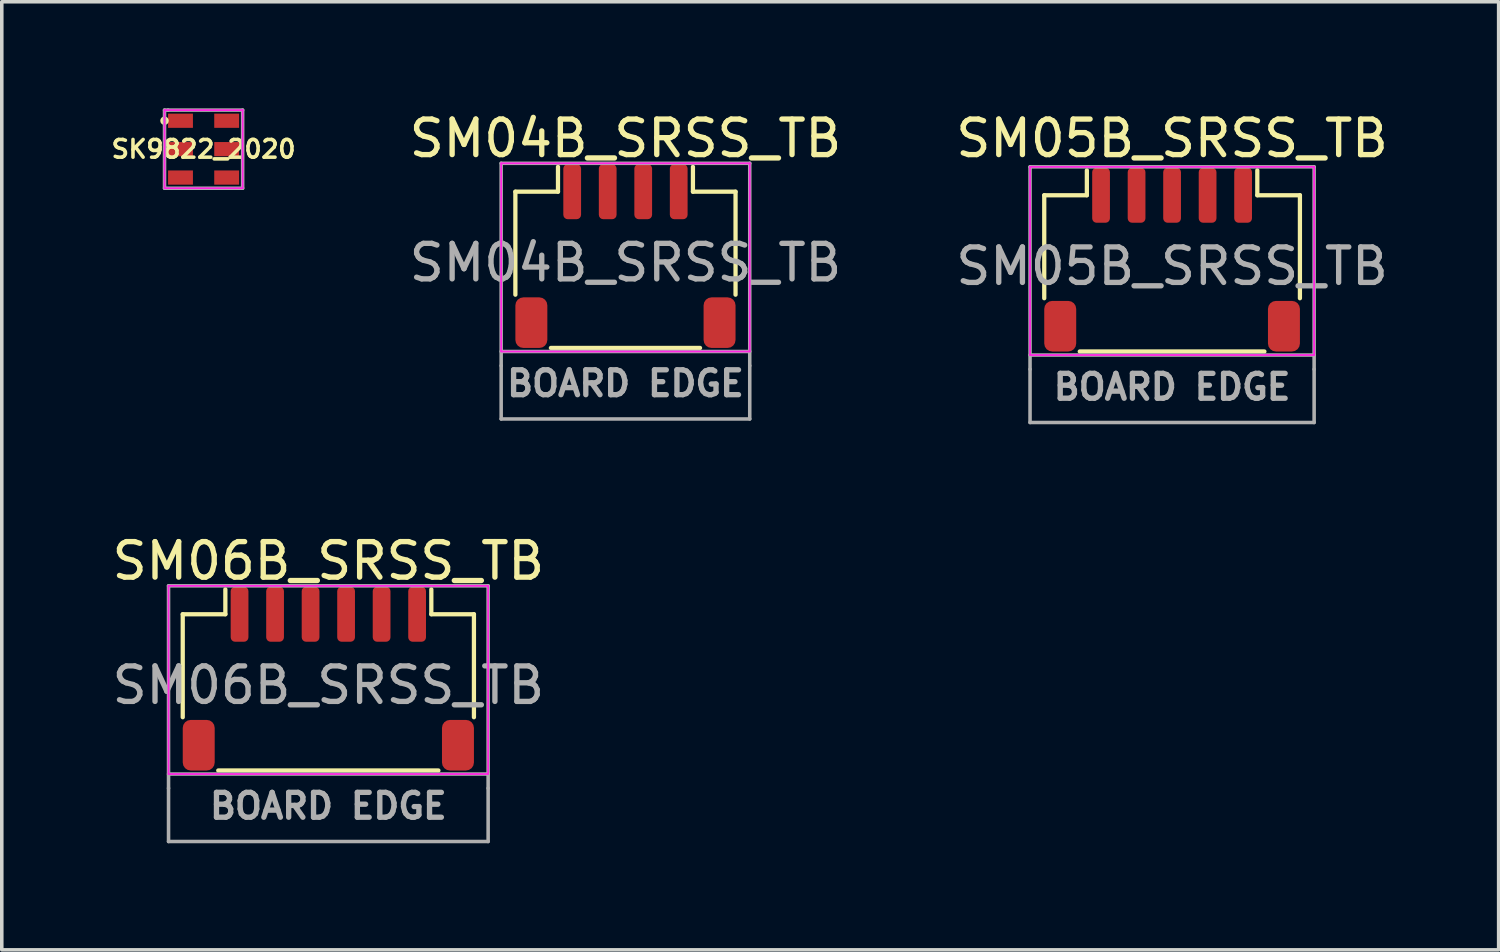
<source format=kicad_pcb>
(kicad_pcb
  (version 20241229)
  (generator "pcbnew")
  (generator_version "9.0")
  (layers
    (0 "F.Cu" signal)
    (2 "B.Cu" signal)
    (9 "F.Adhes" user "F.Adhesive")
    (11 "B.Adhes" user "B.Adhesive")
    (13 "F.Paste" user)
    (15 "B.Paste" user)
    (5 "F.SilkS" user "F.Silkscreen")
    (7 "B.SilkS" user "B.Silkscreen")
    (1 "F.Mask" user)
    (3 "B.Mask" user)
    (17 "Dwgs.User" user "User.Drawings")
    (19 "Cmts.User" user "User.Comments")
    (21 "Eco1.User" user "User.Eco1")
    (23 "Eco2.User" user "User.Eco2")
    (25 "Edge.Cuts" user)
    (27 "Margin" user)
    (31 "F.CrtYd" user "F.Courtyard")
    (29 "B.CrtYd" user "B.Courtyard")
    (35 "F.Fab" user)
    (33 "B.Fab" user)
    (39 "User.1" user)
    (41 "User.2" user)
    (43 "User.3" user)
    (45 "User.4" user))
  (footprint "SM05B_SRSS_TB"
    (layer "F.Cu")
    (at 29.956 4.448)
    (property "Reference" "SM05B_SRSS_TB" (at 0 -3.6 0) (unlocked yes) (layer "F.SilkS") (effects (font (size 1 1) (thickness 0.15))))
    (attr smd)
    (fp_line (start -3.6 -2) (end -3.6 0.9) (stroke (width 0.12) (type solid)) (layer "F.SilkS"))
    (fp_line (start -2.6 2.4) (end 2.6 2.4) (stroke (width 0.12) (type solid)) (layer "F.SilkS"))
    (fp_line (start -2.4 -2.7) (end -2.4 -2) (stroke (width 0.12) (type solid)) (layer "F.SilkS"))
    (fp_line (start -2.4 -2) (end -3.6 -2) (stroke (width 0.12) (type solid)) (layer "F.SilkS"))
    (fp_line (start 2.4 -2) (end 2.4 -2.7) (stroke (width 0.12) (type solid)) (layer "F.SilkS"))
    (fp_line (start 3.6 -2) (end 2.4 -2) (stroke (width 0.12) (type solid)) (layer "F.SilkS"))
    (fp_line (start 3.6 0.9) (end 3.6 -2) (stroke (width 0.12) (type solid)) (layer "F.SilkS"))
    (fp_line (start -4 -2.8) (end -4 2.5) (stroke (width 0.05) (type solid)) (layer "F.CrtYd"))
    (fp_line (start -4 2.5) (end 4 2.5) (stroke (width 0.05) (type solid)) (layer "F.CrtYd"))
    (fp_line (start 4 -2.8) (end -4 -2.8) (stroke (width 0.05) (type solid)) (layer "F.CrtYd"))
    (fp_line (start 4 2.5) (end 4 -2.8) (stroke (width 0.05) (type solid)) (layer "F.CrtYd"))
    (fp_line (start -4 -2.8) (end -4 2.9) (stroke (width 0.1) (type solid)) (layer "F.Fab"))
    (fp_line (start -4 2.5) (end 4 2.5) (stroke (width 0.1) (type solid)) (layer "F.Fab"))
    (fp_line (start -4 2.9) (end -4 4.4) (stroke (width 0.1) (type solid)) (layer "F.Fab"))
    (fp_line (start -4 4.4) (end 4 4.4) (stroke (width 0.1) (type solid)) (layer "F.Fab"))
    (fp_line (start 4 -2.8) (end -4 -2.8) (stroke (width 0.1) (type solid)) (layer "F.Fab"))
    (fp_line (start 4 2.9) (end 4 -2.8) (stroke (width 0.1) (type solid)) (layer "F.Fab"))
    (fp_line (start 4 4.4) (end 4 2.9) (stroke (width 0.1) (type solid)) (layer "F.Fab"))
    (fp_text user "BOARD EDGE" (at 0 3.4 0) (unlocked yes) (layer "F.Fab") (effects (font (size 0.7 0.7) (thickness 0.15))))
    (fp_text user "${REFERENCE}" (at 0 0 0) (unlocked yes) (layer "F.Fab") (effects (font (size 1 1) (thickness 0.15))))
    (pad "1" smd roundrect (at -2 -2) (size 0.5 1.55) (layers "F.Cu" "F.Mask" "F.Paste") (roundrect_rratio 0.25))
    (pad "2" smd roundrect (at -1 -2) (size 0.5 1.55) (layers "F.Cu" "F.Mask" "F.Paste") (roundrect_rratio 0.25))
    (pad "3" smd roundrect (at 0 -2) (size 0.5 1.55) (layers "F.Cu" "F.Mask" "F.Paste") (roundrect_rratio 0.25))
    (pad "4" smd roundrect (at 1 -2) (size 0.5 1.55) (layers "F.Cu" "F.Mask" "F.Paste") (roundrect_rratio 0.25))
    (pad "5" smd roundrect (at 2 -2) (size 0.5 1.55) (layers "F.Cu" "F.Mask" "F.Paste") (roundrect_rratio 0.25))
    (pad "X" smd roundrect (at -3.15 1.688) (size 0.9 1.425) (layers "F.Cu" "F.Mask" "F.Paste") (roundrect_rratio 0.25))
    (pad "X" smd roundrect (at 3.15 1.688) (size 0.9 1.425) (layers "F.Cu" "F.Mask" "F.Paste") (roundrect_rratio 0.25)))
  (footprint "SM04B_SRSS_TB"
    (layer "F.Cu")
    (at 14.563 4.348)
    (property "Reference" "SM04B_SRSS_TB" (at 0 -3.5 0) (unlocked yes) (layer "F.SilkS") (effects (font (size 1 1) (thickness 0.15))))
    (attr smd)
    (fp_line (start -3.1 -2) (end -3.1 0.9) (stroke (width 0.12) (type solid)) (layer "F.SilkS"))
    (fp_line (start -2.1 2.4) (end 2.1 2.4) (stroke (width 0.12) (type solid)) (layer "F.SilkS"))
    (fp_line (start -1.9 -2.7) (end -1.9 -2) (stroke (width 0.12) (type solid)) (layer "F.SilkS"))
    (fp_line (start -1.9 -2) (end -3.1 -2) (stroke (width 0.12) (type solid)) (layer "F.SilkS"))
    (fp_line (start 1.9 -2) (end 1.9 -2.7) (stroke (width 0.12) (type solid)) (layer "F.SilkS"))
    (fp_line (start 3.1 -2) (end 1.9 -2) (stroke (width 0.12) (type solid)) (layer "F.SilkS"))
    (fp_line (start 3.1 0.9) (end 3.1 -2) (stroke (width 0.12) (type solid)) (layer "F.SilkS"))
    (fp_line (start -3.5 -2.8) (end -3.5 2.5) (stroke (width 0.05) (type solid)) (layer "F.CrtYd"))
    (fp_line (start -3.5 2.5) (end 3.5 2.5) (stroke (width 0.05) (type solid)) (layer "F.CrtYd"))
    (fp_line (start 3.5 -2.8) (end -3.5 -2.8) (stroke (width 0.05) (type solid)) (layer "F.CrtYd"))
    (fp_line (start 3.5 2.5) (end 3.5 -2.8) (stroke (width 0.05) (type solid)) (layer "F.CrtYd"))
    (fp_line (start -3.5 -2.8) (end -3.5 2.9) (stroke (width 0.1) (type solid)) (layer "F.Fab"))
    (fp_line (start -3.5 2.5) (end 3.5 2.5) (stroke (width 0.1) (type solid)) (layer "F.Fab"))
    (fp_line (start -3.5 2.9) (end -3.5 4.4) (stroke (width 0.1) (type solid)) (layer "F.Fab"))
    (fp_line (start -3.5 4.4) (end 3.5 4.4) (stroke (width 0.1) (type solid)) (layer "F.Fab"))
    (fp_line (start 3.5 -2.8) (end -3.5 -2.8) (stroke (width 0.1) (type solid)) (layer "F.Fab"))
    (fp_line (start 3.5 2.9) (end 3.5 -2.8) (stroke (width 0.1) (type solid)) (layer "F.Fab"))
    (fp_line (start 3.5 4.4) (end 3.5 2.9) (stroke (width 0.1) (type solid)) (layer "F.Fab"))
    (fp_text user "${REFERENCE}" (at 0 0 0) (unlocked yes) (layer "F.Fab") (effects (font (size 1 1) (thickness 0.15))))
    (fp_text user "BOARD EDGE" (at 0 3.4 0) (unlocked yes) (layer "F.Fab") (effects (font (size 0.7 0.7) (thickness 0.15))))
    (pad "1" smd roundrect (at -1.5 -2) (size 0.5 1.55) (layers "F.Cu" "F.Mask" "F.Paste") (roundrect_rratio 0.25))
    (pad "2" smd roundrect (at -0.5 -2) (size 0.5 1.55) (layers "F.Cu" "F.Mask" "F.Paste") (roundrect_rratio 0.25))
    (pad "3" smd roundrect (at 0.5 -2) (size 0.5 1.55) (layers "F.Cu" "F.Mask" "F.Paste") (roundrect_rratio 0.25))
    (pad "4" smd roundrect (at 1.5 -2) (size 0.5 1.55) (layers "F.Cu" "F.Mask" "F.Paste") (roundrect_rratio 0.25))
    (pad "X" smd roundrect (at -2.65 1.688) (size 0.9 1.425) (layers "F.Cu" "F.Mask" "F.Paste") (roundrect_rratio 0.25))
    (pad "X" smd roundrect (at 2.65 1.688) (size 0.9 1.425) (layers "F.Cu" "F.Mask" "F.Paste") (roundrect_rratio 0.25)))
  (footprint "SK9822_2020"
    (layer "F.Cu")
    (at 2.683 1.15)
    (property "Reference" "SK9822_2020" (at 0 0 0) (unlocked yes) (layer "F.SilkS") (effects (font (size 0.5 0.5) (thickness 0.1))))
    (attr smd)
    (fp_circle (center -1.1 -0.8) (end -1.1 -0.8) (stroke (width 0.12) (type solid)) (fill no) (layer "F.SilkS"))
    (fp_line (start -1.1 -1.1) (end 1.1 -1.1) (stroke (width 0.05) (type solid)) (layer "F.CrtYd"))
    (fp_line (start -1.1 1.1) (end -1.1 -1.1) (stroke (width 0.05) (type solid)) (layer "F.CrtYd"))
    (fp_line (start 1.1 -1.1) (end 1.1 1.1) (stroke (width 0.05) (type solid)) (layer "F.CrtYd"))
    (fp_line (start 1.1 1.1) (end -1.1 1.1) (stroke (width 0.05) (type solid)) (layer "F.CrtYd"))
    (fp_line (start -1.1 -1.1) (end -1 -1.1) (stroke (width 0.1) (type solid)) (layer "F.Fab"))
    (fp_line (start -1.1 1.1) (end -1.1 -1.1) (stroke (width 0.1) (type solid)) (layer "F.Fab"))
    (fp_line (start -1 -1.1) (end 1.1 -1.1) (stroke (width 0.1) (type solid)) (layer "F.Fab"))
    (fp_line (start 1.1 -1.1) (end 1.1 1.1) (stroke (width 0.1) (type solid)) (layer "F.Fab"))
    (fp_line (start 1.1 1.1) (end -1.1 1.1) (stroke (width 0.1) (type solid)) (layer "F.Fab"))
    (pad "1" smd rect (at -0.65 -0.8) (size 0.7 0.4) (layers "F.Cu" "F.Mask" "F.Paste"))
    (pad "2" smd rect (at -0.65 0) (size 0.7 0.4) (layers "F.Cu" "F.Mask" "F.Paste"))
    (pad "3" smd rect (at -0.65 0.8) (size 0.7 0.4) (layers "F.Cu" "F.Mask" "F.Paste"))
    (pad "4" smd rect (at 0.65 0.8) (size 0.7 0.4) (layers "F.Cu" "F.Mask" "F.Paste"))
    (pad "5" smd rect (at 0.65 0) (size 0.7 0.4) (layers "F.Cu" "F.Mask" "F.Paste"))
    (pad "6" smd rect (at 0.65 -0.8) (size 0.7 0.4) (layers "F.Cu" "F.Mask" "F.Paste")))
  (footprint "SM06B_SRSS_TB"
    (layer "F.Cu")
    (at 6.196 16.247)
    (property "Reference" "SM06B_SRSS_TB" (at 0 -3.5 0) (unlocked yes) (layer "F.SilkS") (effects (font (size 1 1) (thickness 0.15))))
    (attr smd)
    (fp_line (start -4.1 -2) (end -4.1 0.9) (stroke (width 0.12) (type solid)) (layer "F.SilkS"))
    (fp_line (start -3.1 2.4) (end 3.1 2.4) (stroke (width 0.12) (type solid)) (layer "F.SilkS"))
    (fp_line (start -2.9 -2.7) (end -2.9 -2) (stroke (width 0.12) (type solid)) (layer "F.SilkS"))
    (fp_line (start -2.9 -2) (end -4.1 -2) (stroke (width 0.12) (type solid)) (layer "F.SilkS"))
    (fp_line (start 2.9 -2) (end 2.9 -2.7) (stroke (width 0.12) (type solid)) (layer "F.SilkS"))
    (fp_line (start 4.1 -2) (end 2.9 -2) (stroke (width 0.12) (type solid)) (layer "F.SilkS"))
    (fp_line (start 4.1 0.9) (end 4.1 -2) (stroke (width 0.12) (type solid)) (layer "F.SilkS"))
    (fp_line (start -4.5 -2.8) (end -4.5 2.5) (stroke (width 0.05) (type solid)) (layer "F.CrtYd"))
    (fp_line (start -4.5 2.5) (end 4.5 2.5) (stroke (width 0.05) (type solid)) (layer "F.CrtYd"))
    (fp_line (start 4.5 -2.8) (end -4.5 -2.8) (stroke (width 0.05) (type solid)) (layer "F.CrtYd"))
    (fp_line (start 4.5 2.5) (end 4.5 -2.8) (stroke (width 0.05) (type solid)) (layer "F.CrtYd"))
    (fp_line (start -4.5 -2.8) (end -4.5 2.9) (stroke (width 0.1) (type solid)) (layer "F.Fab"))
    (fp_line (start -4.5 2.5) (end 4.5 2.5) (stroke (width 0.1) (type solid)) (layer "F.Fab"))
    (fp_line (start -4.5 2.9) (end -4.5 4.4) (stroke (width 0.1) (type solid)) (layer "F.Fab"))
    (fp_line (start -4.5 4.4) (end 4.5 4.4) (stroke (width 0.1) (type solid)) (layer "F.Fab"))
    (fp_line (start 4.5 -2.8) (end -4.5 -2.8) (stroke (width 0.1) (type solid)) (layer "F.Fab"))
    (fp_line (start 4.5 2.9) (end 4.5 -2.8) (stroke (width 0.1) (type solid)) (layer "F.Fab"))
    (fp_line (start 4.5 4.4) (end 4.5 2.9) (stroke (width 0.1) (type solid)) (layer "F.Fab"))
    (fp_text user "${REFERENCE}" (at 0 0 0) (unlocked yes) (layer "F.Fab") (effects (font (size 1 1) (thickness 0.15))))
    (fp_text user "BOARD EDGE" (at 0 3.4 0) (unlocked yes) (layer "F.Fab") (effects (font (size 0.7 0.7) (thickness 0.15))))
    (pad "1" smd roundrect (at -2.5 -2) (size 0.5 1.55) (layers "F.Cu" "F.Mask" "F.Paste") (roundrect_rratio 0.25))
    (pad "2" smd roundrect (at -1.5 -2) (size 0.5 1.55) (layers "F.Cu" "F.Mask" "F.Paste") (roundrect_rratio 0.25))
    (pad "3" smd roundrect (at -0.5 -2) (size 0.5 1.55) (layers "F.Cu" "F.Mask" "F.Paste") (roundrect_rratio 0.25))
    (pad "4" smd roundrect (at 0.5 -2) (size 0.5 1.55) (layers "F.Cu" "F.Mask" "F.Paste") (roundrect_rratio 0.25))
    (pad "5" smd roundrect (at 1.5 -2) (size 0.5 1.55) (layers "F.Cu" "F.Mask" "F.Paste") (roundrect_rratio 0.25))
    (pad "6" smd roundrect (at 2.5 -2) (size 0.5 1.55) (layers "F.Cu" "F.Mask" "F.Paste") (roundrect_rratio 0.25))
    (pad "X" smd roundrect (at -3.65 1.688) (size 0.9 1.425) (layers "F.Cu" "F.Mask" "F.Paste") (roundrect_rratio 0.25))
    (pad "X" smd roundrect (at 3.65 1.688) (size 0.9 1.425) (layers "F.Cu" "F.Mask" "F.Paste") (roundrect_rratio 0.25)))
  (gr_rect
    (start -3 -3)
    (end 39.152 23.697)
    (stroke (width 0.1) (type default))
    (fill no)
    (layer "Edge.Cuts")))
</source>
